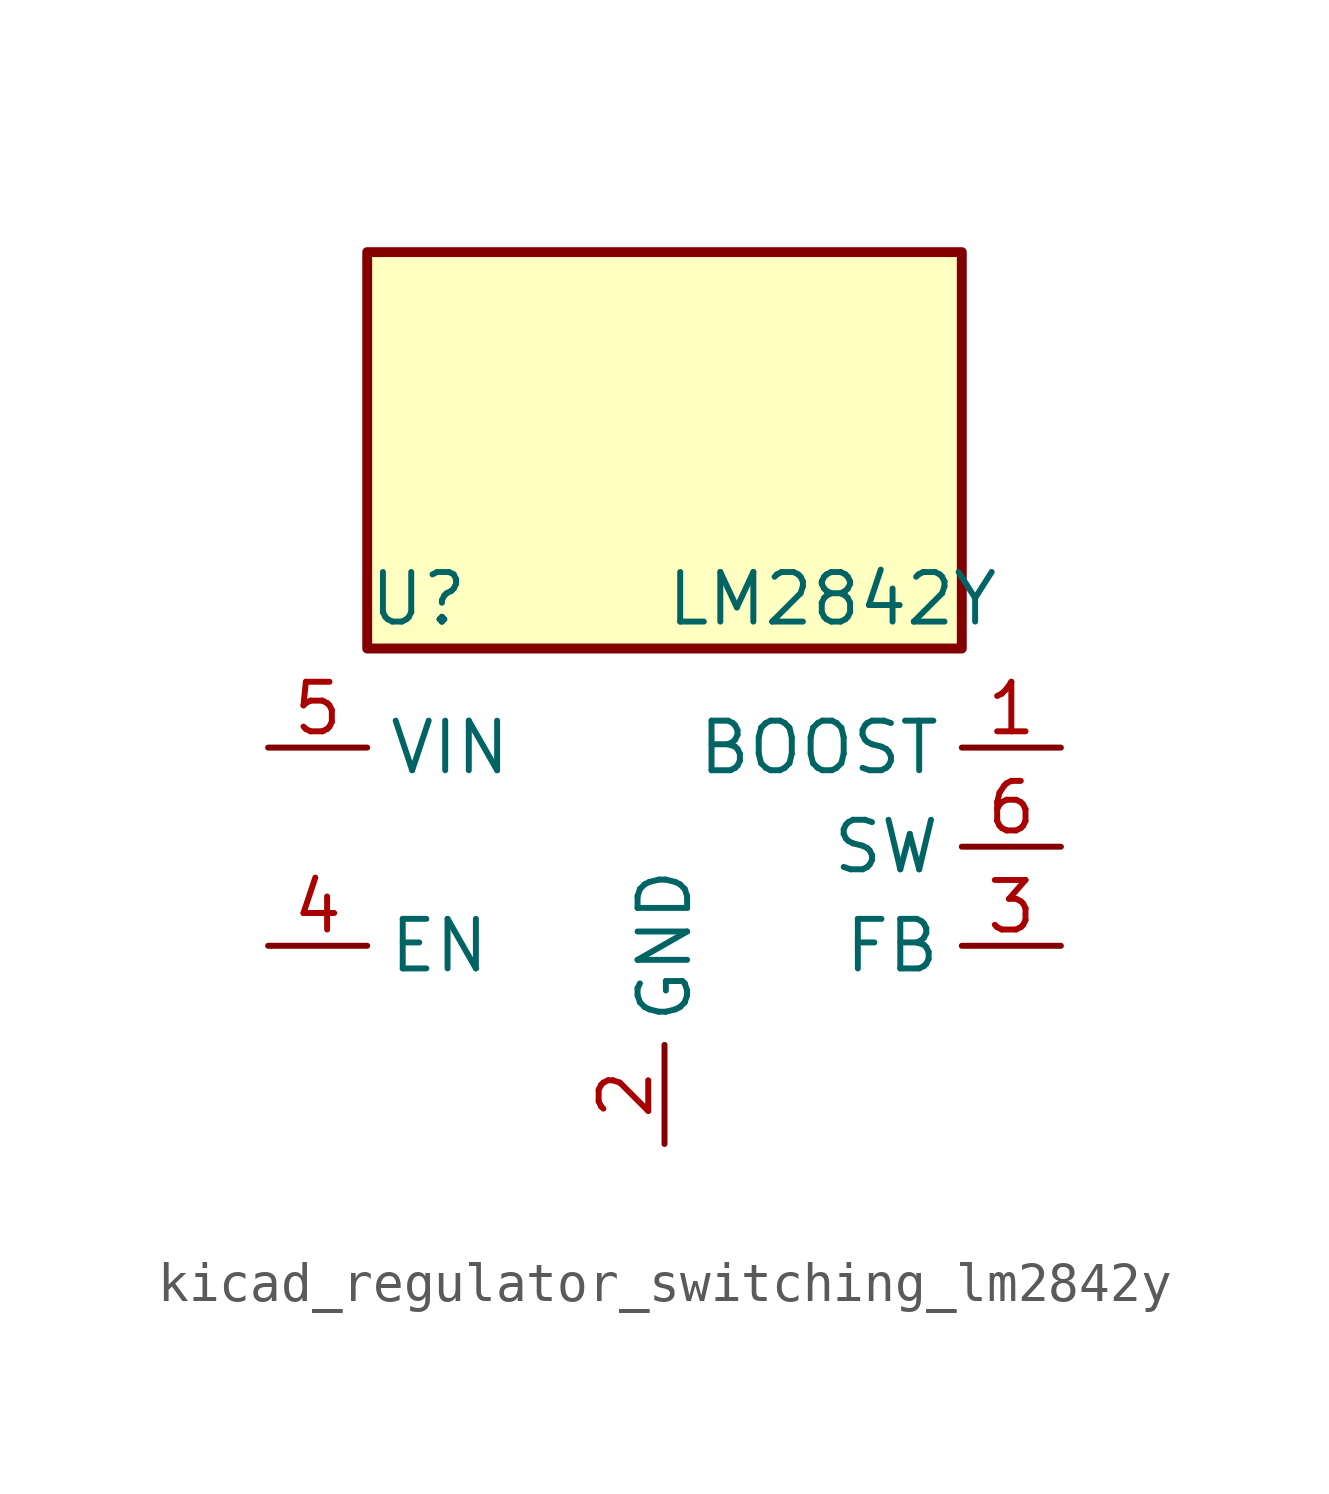
<source format=kicad_sym>
(kicad_symbol_lib
  (version 20220914)
  (generator kicad_symbol_editor)
  (symbol "kicad_regulator_switching_lm2842y"
    (property "Reference" "U"
      (at -7.62 6.35 0)
      (effects (font (size 1.27 1.27)) (justify left)))
    (property "Value" "LM2842Y"
      (at 0 6.35 0)
      (effects (font (size 1.27 1.27)) (justify left)))
    (symbol "kicad_regulator_switching_lm2842y_0_1"
      (rectangle (start 7.62 15.24) (end -7.62 5.08) (stroke (width 0.254) (type default)) (fill (type background)))
      (pin input line (at 10.16 2.54 180) (length 2.54) (name "BOOST" (effects (font (size 1.27 1.27)))) (number "1" (effects (font (size 1.27 1.27))))))
    (symbol "kicad_regulator_switching_lm2842y_1_1"
      (pin power_in line (at 0 -7.62 90) (length 2.54) (name "GND" (effects (font (size 1.27 1.27)))) (number "2" (effects (font (size 1.27 1.27)))))
      (pin input line (at 10.16 -2.54 180) (length 2.54) (name "FB" (effects (font (size 1.27 1.27)))) (number "3" (effects (font (size 1.27 1.27)))))
      (pin input line (at -10.16 -2.54 0) (length 2.54) (name "EN" (effects (font (size 1.27 1.27)))) (number "4" (effects (font (size 1.27 1.27)))))
      (pin power_in line (at -10.16 2.54 0) (length 2.54) (name "VIN" (effects (font (size 1.27 1.27)))) (number "5" (effects (font (size 1.27 1.27)))))
      (pin output line (at 10.16 0 180) (length 2.54) (name "SW" (effects (font (size 1.27 1.27)))) (number "6" (effects (font (size 1.27 1.27))))))))
</source>
